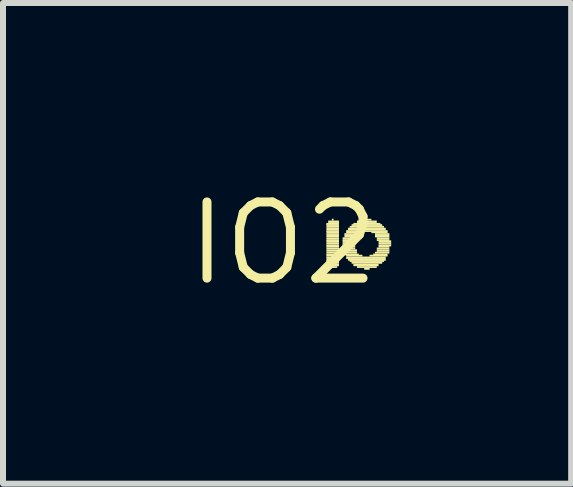
<source format=kicad_pcb>
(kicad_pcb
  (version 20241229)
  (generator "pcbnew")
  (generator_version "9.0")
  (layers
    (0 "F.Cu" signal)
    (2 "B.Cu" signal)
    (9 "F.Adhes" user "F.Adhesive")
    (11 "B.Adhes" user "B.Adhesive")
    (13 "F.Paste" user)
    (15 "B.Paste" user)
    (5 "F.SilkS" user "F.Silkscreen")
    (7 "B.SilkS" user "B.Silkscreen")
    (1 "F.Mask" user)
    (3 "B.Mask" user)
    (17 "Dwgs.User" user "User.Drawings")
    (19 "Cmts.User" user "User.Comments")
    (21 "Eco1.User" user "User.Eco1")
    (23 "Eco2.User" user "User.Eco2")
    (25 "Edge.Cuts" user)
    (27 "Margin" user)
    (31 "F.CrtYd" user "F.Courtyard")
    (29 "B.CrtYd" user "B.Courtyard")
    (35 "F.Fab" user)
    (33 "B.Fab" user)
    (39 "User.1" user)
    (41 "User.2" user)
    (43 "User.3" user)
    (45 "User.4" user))
  (footprint "IO2"
    (layer "F.Cu")
    (at 1.67 1.006)
    (property "Reference" "IO2" (at 0 0 0) (layer "F.SilkS") (effects (font (size 1.27 1.27) (thickness 0.15))))
    (fp_poly (pts (xy 0.72 -0.31) (xy 0.93 -0.31) (xy 0.93 -0.34) (xy 0.72 -0.34)) (stroke (width 0) (type solid)) (fill yes) (layer "F.SilkS"))
    (fp_poly (pts (xy 0.72 -0.29) (xy 0.93 -0.29) (xy 0.93 -0.32) (xy 0.72 -0.32)) (stroke (width 0) (type solid)) (fill yes) (layer "F.SilkS"))
    (fp_poly (pts (xy 0.72 -0.26) (xy 0.93 -0.26) (xy 0.93 -0.29) (xy 0.72 -0.29)) (stroke (width 0) (type solid)) (fill yes) (layer "F.SilkS"))
    (fp_poly (pts (xy 0.72 -0.22) (xy 0.93 -0.22) (xy 0.93 -0.26) (xy 0.72 -0.26)) (stroke (width 0) (type solid)) (fill yes) (layer "F.SilkS"))
    (fp_poly (pts (xy 0.72 -0.19) (xy 0.93 -0.19) (xy 0.93 -0.22) (xy 0.72 -0.22)) (stroke (width 0) (type solid)) (fill yes) (layer "F.SilkS"))
    (fp_poly (pts (xy 0.72 -0.17) (xy 0.93 -0.17) (xy 0.93 -0.2) (xy 0.72 -0.2)) (stroke (width 0) (type solid)) (fill yes) (layer "F.SilkS"))
    (fp_poly (pts (xy 0.72 -0.14) (xy 0.93 -0.14) (xy 0.93 -0.17) (xy 0.72 -0.17)) (stroke (width 0) (type solid)) (fill yes) (layer "F.SilkS"))
    (fp_poly (pts (xy 0.72 -0.1) (xy 0.93 -0.1) (xy 0.93 -0.14) (xy 0.72 -0.14)) (stroke (width 0) (type solid)) (fill yes) (layer "F.SilkS"))
    (fp_poly (pts (xy 0.72 -0.07) (xy 0.93 -0.07) (xy 0.93 -0.1) (xy 0.72 -0.1)) (stroke (width 0) (type solid)) (fill yes) (layer "F.SilkS"))
    (fp_poly (pts (xy 0.72 -0.04) (xy 0.93 -0.04) (xy 0.93 -0.07) (xy 0.72 -0.07)) (stroke (width 0) (type solid)) (fill yes) (layer "F.SilkS"))
    (fp_poly (pts (xy 0.72 -0.02) (xy 0.93 -0.02) (xy 0.93 -0.05) (xy 0.72 -0.05)) (stroke (width 0) (type solid)) (fill yes) (layer "F.SilkS"))
    (fp_poly (pts (xy 0.72 0.02) (xy 0.93 0.02) (xy 0.93 -0.02) (xy 0.72 -0.02)) (stroke (width 0) (type solid)) (fill yes) (layer "F.SilkS"))
    (fp_poly (pts (xy 0.72 0.05) (xy 0.93 0.05) (xy 0.93 0.02) (xy 0.72 0.02)) (stroke (width 0) (type solid)) (fill yes) (layer "F.SilkS"))
    (fp_poly (pts (xy 0.72 0.07) (xy 0.93 0.07) (xy 0.93 0.04) (xy 0.72 0.04)) (stroke (width 0) (type solid)) (fill yes) (layer "F.SilkS"))
    (fp_poly (pts (xy 0.72 0.1) (xy 0.93 0.1) (xy 0.93 0.07) (xy 0.72 0.07)) (stroke (width 0) (type solid)) (fill yes) (layer "F.SilkS"))
    (fp_poly (pts (xy 0.72 0.14) (xy 0.93 0.14) (xy 0.93 0.1) (xy 0.72 0.1)) (stroke (width 0) (type solid)) (fill yes) (layer "F.SilkS"))
    (fp_poly (pts (xy 0.72 0.17) (xy 0.93 0.17) (xy 0.93 0.14) (xy 0.72 0.14)) (stroke (width 0) (type solid)) (fill yes) (layer "F.SilkS"))
    (fp_poly (pts (xy 0.72 0.2) (xy 0.93 0.2) (xy 0.93 0.17) (xy 0.72 0.17)) (stroke (width 0) (type solid)) (fill yes) (layer "F.SilkS"))
    (fp_poly (pts (xy 0.72 0.22) (xy 0.93 0.22) (xy 0.93 0.19) (xy 0.72 0.19)) (stroke (width 0) (type solid)) (fill yes) (layer "F.SilkS"))
    (fp_poly (pts (xy 0.72 0.26) (xy 0.93 0.26) (xy 0.93 0.22) (xy 0.72 0.22)) (stroke (width 0) (type solid)) (fill yes) (layer "F.SilkS"))
    (fp_poly (pts (xy 0.72 0.29) (xy 0.93 0.29) (xy 0.93 0.26) (xy 0.72 0.26)) (stroke (width 0) (type solid)) (fill yes) (layer "F.SilkS"))
    (fp_poly (pts (xy 0.72 0.31) (xy 0.93 0.31) (xy 0.93 0.28) (xy 0.72 0.28)) (stroke (width 0) (type solid)) (fill yes) (layer "F.SilkS"))
    (fp_poly (pts (xy 0.72 0.34) (xy 0.93 0.34) (xy 0.93 0.31) (xy 0.72 0.31)) (stroke (width 0) (type solid)) (fill yes) (layer "F.SilkS"))
    (fp_poly (pts (xy 0.72 0.38) (xy 0.93 0.38) (xy 0.93 0.34) (xy 0.72 0.34)) (stroke (width 0) (type solid)) (fill yes) (layer "F.SilkS"))
    (fp_poly (pts (xy 0.75 -0.34) (xy 0.93 -0.34) (xy 0.93 -0.38) (xy 0.75 -0.38)) (stroke (width 0) (type solid)) (fill yes) (layer "F.SilkS"))
    (fp_poly (pts (xy 0.75 0.41) (xy 0.9 0.41) (xy 0.9 0.38) (xy 0.75 0.38)) (stroke (width 0) (type solid)) (fill yes) (layer "F.SilkS"))
    (fp_poly (pts (xy 0.81 -0.38) (xy 0.84 -0.38) (xy 0.84 -0.41) (xy 0.81 -0.41)) (stroke (width 0) (type solid)) (fill yes) (layer "F.SilkS"))
    (fp_poly (pts (xy 0.99 -0.07) (xy 1.2 -0.07) (xy 1.2 -0.1) (xy 0.99 -0.1)) (stroke (width 0) (type solid)) (fill yes) (layer "F.SilkS"))
    (fp_poly (pts (xy 0.99 -0.04) (xy 1.2 -0.04) (xy 1.2 -0.07) (xy 0.99 -0.07)) (stroke (width 0) (type solid)) (fill yes) (layer "F.SilkS"))
    (fp_poly (pts (xy 0.99 -0.02) (xy 1.2 -0.02) (xy 1.2 -0.05) (xy 0.99 -0.05)) (stroke (width 0) (type solid)) (fill yes) (layer "F.SilkS"))
    (fp_poly (pts (xy 0.99 0.02) (xy 1.2 0.02) (xy 1.2 -0.02) (xy 0.99 -0.02)) (stroke (width 0) (type solid)) (fill yes) (layer "F.SilkS"))
    (fp_poly (pts (xy 0.99 0.05) (xy 1.2 0.05) (xy 1.2 0.02) (xy 0.99 0.02)) (stroke (width 0) (type solid)) (fill yes) (layer "F.SilkS"))
    (fp_poly (pts (xy 0.99 0.07) (xy 1.2 0.07) (xy 1.2 0.04) (xy 0.99 0.04)) (stroke (width 0) (type solid)) (fill yes) (layer "F.SilkS"))
    (fp_poly (pts (xy 0.99 0.1) (xy 1.2 0.1) (xy 1.2 0.07) (xy 0.99 0.07)) (stroke (width 0) (type solid)) (fill yes) (layer "F.SilkS"))
    (fp_poly (pts (xy 0.99 0.14) (xy 1.23 0.14) (xy 1.23 0.1) (xy 0.99 0.1)) (stroke (width 0) (type solid)) (fill yes) (layer "F.SilkS"))
    (fp_poly (pts (xy 1.02 -0.14) (xy 1.26 -0.14) (xy 1.26 -0.17) (xy 1.02 -0.17)) (stroke (width 0) (type solid)) (fill yes) (layer "F.SilkS"))
    (fp_poly (pts (xy 1.02 -0.1) (xy 1.23 -0.1) (xy 1.23 -0.14) (xy 1.02 -0.14)) (stroke (width 0) (type solid)) (fill yes) (layer "F.SilkS"))
    (fp_poly (pts (xy 1.02 0.17) (xy 1.23 0.17) (xy 1.23 0.14) (xy 1.02 0.14)) (stroke (width 0) (type solid)) (fill yes) (layer "F.SilkS"))
    (fp_poly (pts (xy 1.02 0.2) (xy 1.26 0.2) (xy 1.26 0.17) (xy 1.02 0.17)) (stroke (width 0) (type solid)) (fill yes) (layer "F.SilkS"))
    (fp_poly (pts (xy 1.05 -0.19) (xy 1.74 -0.19) (xy 1.74 -0.22) (xy 1.05 -0.22)) (stroke (width 0) (type solid)) (fill yes) (layer "F.SilkS"))
    (fp_poly (pts (xy 1.05 -0.17) (xy 1.29 -0.17) (xy 1.29 -0.2) (xy 1.05 -0.2)) (stroke (width 0) (type solid)) (fill yes) (layer "F.SilkS"))
    (fp_poly (pts (xy 1.05 0.22) (xy 1.32 0.22) (xy 1.32 0.19) (xy 1.05 0.19)) (stroke (width 0) (type solid)) (fill yes) (layer "F.SilkS"))
    (fp_poly (pts (xy 1.05 0.26) (xy 1.71 0.26) (xy 1.71 0.22) (xy 1.05 0.22)) (stroke (width 0) (type solid)) (fill yes) (layer "F.SilkS"))
    (fp_poly (pts (xy 1.08 -0.22) (xy 1.71 -0.22) (xy 1.71 -0.26) (xy 1.08 -0.26)) (stroke (width 0) (type solid)) (fill yes) (layer "F.SilkS"))
    (fp_poly (pts (xy 1.08 0.29) (xy 1.71 0.29) (xy 1.71 0.26) (xy 1.08 0.26)) (stroke (width 0) (type solid)) (fill yes) (layer "F.SilkS"))
    (fp_poly (pts (xy 1.11 -0.26) (xy 1.68 -0.26) (xy 1.68 -0.29) (xy 1.11 -0.29)) (stroke (width 0) (type solid)) (fill yes) (layer "F.SilkS"))
    (fp_poly (pts (xy 1.11 0.31) (xy 1.68 0.31) (xy 1.68 0.28) (xy 1.11 0.28)) (stroke (width 0) (type solid)) (fill yes) (layer "F.SilkS"))
    (fp_poly (pts (xy 1.14 -0.29) (xy 1.65 -0.29) (xy 1.65 -0.32) (xy 1.14 -0.32)) (stroke (width 0) (type solid)) (fill yes) (layer "F.SilkS"))
    (fp_poly (pts (xy 1.14 0.34) (xy 1.65 0.34) (xy 1.65 0.31) (xy 1.14 0.31)) (stroke (width 0) (type solid)) (fill yes) (layer "F.SilkS"))
    (fp_poly (pts (xy 1.17 -0.31) (xy 1.62 -0.31) (xy 1.62 -0.34) (xy 1.17 -0.34)) (stroke (width 0) (type solid)) (fill yes) (layer "F.SilkS"))
    (fp_poly (pts (xy 1.17 0.38) (xy 1.59 0.38) (xy 1.59 0.34) (xy 1.17 0.34)) (stroke (width 0) (type solid)) (fill yes) (layer "F.SilkS"))
    (fp_poly (pts (xy 1.23 -0.34) (xy 1.56 -0.34) (xy 1.56 -0.38) (xy 1.23 -0.38)) (stroke (width 0) (type solid)) (fill yes) (layer "F.SilkS"))
    (fp_poly (pts (xy 1.23 0.41) (xy 1.56 0.41) (xy 1.56 0.38) (xy 1.23 0.38)) (stroke (width 0) (type solid)) (fill yes) (layer "F.SilkS"))
    (fp_poly (pts (xy 1.29 -0.38) (xy 1.47 -0.38) (xy 1.47 -0.41) (xy 1.29 -0.41)) (stroke (width 0) (type solid)) (fill yes) (layer "F.SilkS"))
    (fp_poly (pts (xy 1.35 0.44) (xy 1.44 0.44) (xy 1.44 0.41) (xy 1.35 0.41)) (stroke (width 0) (type solid)) (fill yes) (layer "F.SilkS"))
    (fp_poly (pts (xy 1.44 0.22) (xy 1.74 0.22) (xy 1.74 0.19) (xy 1.44 0.19)) (stroke (width 0) (type solid)) (fill yes) (layer "F.SilkS"))
    (fp_poly (pts (xy 1.47 -0.17) (xy 1.74 -0.17) (xy 1.74 -0.2) (xy 1.47 -0.2)) (stroke (width 0) (type solid)) (fill yes) (layer "F.SilkS"))
    (fp_poly (pts (xy 1.5 0.2) (xy 1.74 0.2) (xy 1.74 0.17) (xy 1.5 0.17)) (stroke (width 0) (type solid)) (fill yes) (layer "F.SilkS"))
    (fp_poly (pts (xy 1.53 -0.14) (xy 1.77 -0.14) (xy 1.77 -0.17) (xy 1.53 -0.17)) (stroke (width 0) (type solid)) (fill yes) (layer "F.SilkS"))
    (fp_poly (pts (xy 1.53 -0.1) (xy 1.77 -0.1) (xy 1.77 -0.14) (xy 1.53 -0.14)) (stroke (width 0) (type solid)) (fill yes) (layer "F.SilkS"))
    (fp_poly (pts (xy 1.53 0.17) (xy 1.77 0.17) (xy 1.77 0.14) (xy 1.53 0.14)) (stroke (width 0) (type solid)) (fill yes) (layer "F.SilkS"))
    (fp_poly (pts (xy 1.56 -0.07) (xy 1.77 -0.07) (xy 1.77 -0.1) (xy 1.56 -0.1)) (stroke (width 0) (type solid)) (fill yes) (layer "F.SilkS"))
    (fp_poly (pts (xy 1.56 -0.04) (xy 1.77 -0.04) (xy 1.77 -0.07) (xy 1.56 -0.07)) (stroke (width 0) (type solid)) (fill yes) (layer "F.SilkS"))
    (fp_poly (pts (xy 1.56 0.1) (xy 1.77 0.1) (xy 1.77 0.07) (xy 1.56 0.07)) (stroke (width 0) (type solid)) (fill yes) (layer "F.SilkS"))
    (fp_poly (pts (xy 1.56 0.14) (xy 1.77 0.14) (xy 1.77 0.1) (xy 1.56 0.1)) (stroke (width 0) (type solid)) (fill yes) (layer "F.SilkS"))
    (fp_poly (pts (xy 1.59 -0.02) (xy 1.8 -0.02) (xy 1.8 -0.05) (xy 1.59 -0.05)) (stroke (width 0) (type solid)) (fill yes) (layer "F.SilkS"))
    (fp_poly (pts (xy 1.59 0.02) (xy 1.8 0.02) (xy 1.8 -0.02) (xy 1.59 -0.02)) (stroke (width 0) (type solid)) (fill yes) (layer "F.SilkS"))
    (fp_poly (pts (xy 1.59 0.05) (xy 1.8 0.05) (xy 1.8 0.02) (xy 1.59 0.02)) (stroke (width 0) (type solid)) (fill yes) (layer "F.SilkS"))
    (fp_poly (pts (xy 1.59 0.07) (xy 1.77 0.07) (xy 1.77 0.04) (xy 1.59 0.04)) (stroke (width 0) (type solid)) (fill yes) (layer "F.SilkS")))
  (gr_rect
    (start -3 -3)
    (end 6.47 5.012)
    (stroke (width 0.1) (type default))
    (fill no)
    (layer "Edge.Cuts")))
</source>
